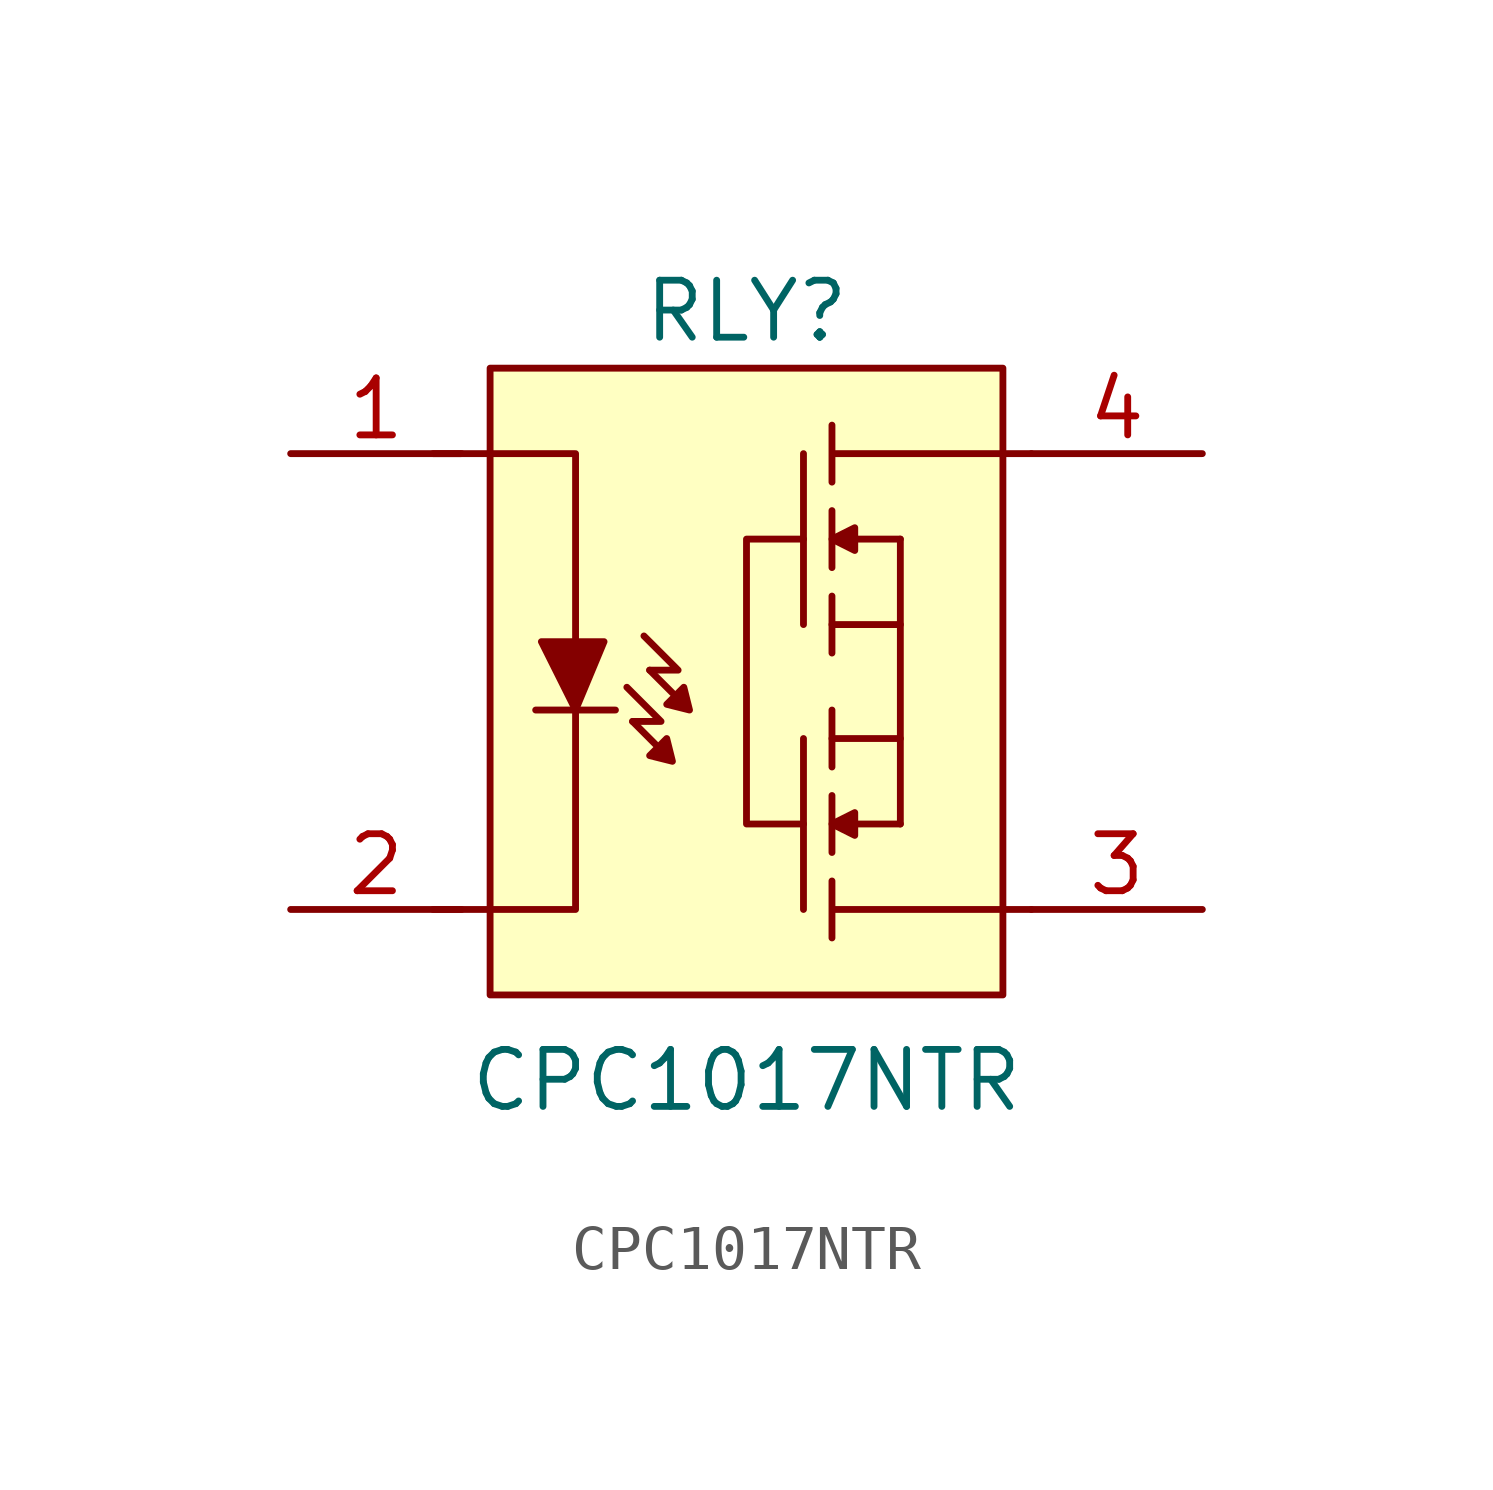
<source format=kicad_sym>
(kicad_symbol_lib
  (version 20231120)
  (generator "kicad_symbol_editor")
  (generator_version "8.0")
  (symbol "CPC1017NTR"
    (pin_names
      (offset 0) hide)
    (property "Reference" "RLY"
      (at 0 8.255 0)
      (effects (font (size 1.27 1.27))))
    (property "Value" "CPC1017NTR"
      (at 0 -8.89 0)
      (effects (font (size 1.27 1.27))))
    (symbol "CPC1017NTR_0_1"
      (rectangle (start -5.715 6.985) (end 5.715 -6.985) (stroke (width 0) (type default)) (fill (type background)))
      (polyline (pts (xy -4.699 -0.635) (xy -2.921 -0.635)) (stroke (width 0) (type default)) (fill (type none)))
      (polyline (pts (xy -2.54 -0.889) (xy -2.032 -1.397)) (stroke (width 0) (type default)) (fill (type none)))
      (polyline (pts (xy -2.159 0.254) (xy -1.651 -0.254)) (stroke (width 0) (type default)) (fill (type none)))
      (polyline (pts (xy 1.27 -1.27) (xy 1.27 -5.08)) (stroke (width 0) (type default)) (fill (type none)))
      (polyline (pts (xy 1.27 5.08) (xy 1.27 1.27)) (stroke (width 0) (type default)) (fill (type none)))
      (polyline (pts (xy 1.905 -3.81) (xy 1.905 -2.54)) (stroke (width 0) (type default)) (fill (type none)))
      (polyline (pts (xy 1.905 -1.905) (xy 1.905 -0.635)) (stroke (width 0) (type default)) (fill (type none)))
      (polyline (pts (xy 1.905 -1.27) (xy 3.429 -1.27)) (stroke (width 0) (type default)) (fill (type none)))
      (polyline (pts (xy 1.905 1.27) (xy 3.429 1.27)) (stroke (width 0) (type default)) (fill (type none)))
      (polyline (pts (xy 1.905 1.905) (xy 1.905 0.635)) (stroke (width 0) (type default)) (fill (type none)))
      (polyline (pts (xy 1.905 3.81) (xy 1.905 2.54)) (stroke (width 0) (type default)) (fill (type none)))
      (polyline (pts (xy 3.429 -3.175) (xy 2.413 -3.175)) (stroke (width 0) (type default)) (fill (type none)))
      (polyline (pts (xy 3.429 -3.175) (xy 3.429 3.175)) (stroke (width 0) (type default)) (fill (type none)))
      (polyline (pts (xy 3.429 3.175) (xy 2.413 3.175)) (stroke (width 0) (type default)) (fill (type none)))
      (polyline (pts (xy -3.81 -0.508) (xy -3.81 -5.08) (xy -6.985 -5.08)) (stroke (width 0) (type default)) (fill (type none)))
      (polyline (pts (xy -3.81 0.508) (xy -3.81 5.08) (xy -6.985 5.08)) (stroke (width 0) (type default)) (fill (type none)))
      (polyline (pts (xy -2.54 -0.889) (xy -1.905 -0.889) (xy -2.667 -0.127)) (stroke (width 0) (type default)) (fill (type none)))
      (polyline (pts (xy -2.159 0.254) (xy -1.524 0.254) (xy -2.286 1.016)) (stroke (width 0) (type default)) (fill (type none)))
      (polyline (pts (xy -4.572 0.889) (xy -3.175 0.889) (xy -3.81 -0.635) (xy -4.572 0.889)) (stroke (width 0) (type default)) (fill (type outline)))
      (polyline (pts (xy -2.159 -1.651) (xy -1.778 -1.27) (xy -1.651 -1.778) (xy -2.159 -1.651)) (stroke (width 0) (type default)) (fill (type outline)))
      (polyline (pts (xy -1.778 -0.508) (xy -1.397 -0.127) (xy -1.27 -0.635) (xy -1.778 -0.508)) (stroke (width 0) (type default)) (fill (type outline)))
      (polyline (pts (xy 1.27 3.175) (xy 0 3.175) (xy 0 -3.175) (xy 1.27 -3.175)) (stroke (width 0) (type default)) (fill (type none)))
      (polyline (pts (xy 2.413 -2.921) (xy 2.413 -3.429) (xy 1.905 -3.175) (xy 2.413 -2.921)) (stroke (width 0) (type default)) (fill (type outline)))
      (polyline (pts (xy 2.413 3.429) (xy 2.413 2.921) (xy 1.905 3.175) (xy 2.413 3.429)) (stroke (width 0) (type default)) (fill (type outline)))
      (polyline (pts (xy 6.35 -5.08) (xy 1.905 -5.08) (xy 1.905 -4.445) (xy 1.905 -5.715)) (stroke (width 0) (type default)) (fill (type none)))
      (polyline (pts (xy 6.35 5.08) (xy 1.905 5.08) (xy 1.905 5.715) (xy 1.905 4.445)) (stroke (width 0) (type default)) (fill (type none))))
    (symbol "CPC1017NTR_1_1"
      (pin passive line (at -10.16 5.08 0) (length 3.81) (name "CON+" (effects (font (size 1.27 1.27)))) (number "1" (effects (font (size 1.27 1.27)))))
      (pin passive line (at -10.16 -5.08 0) (length 3.81) (name "CON-" (effects (font (size 1.27 1.27)))) (number "2" (effects (font (size 1.27 1.27)))))
      (pin passive line (at 10.16 -5.08 180) (length 3.81) (name "LOAD" (effects (font (size 1.27 1.27)))) (number "3" (effects (font (size 1.27 1.27)))))
      (pin passive line (at 10.16 5.08 180) (length 3.81) (name "LOAD" (effects (font (size 1.27 1.27)))) (number "4" (effects (font (size 1.27 1.27))))))))
</source>
